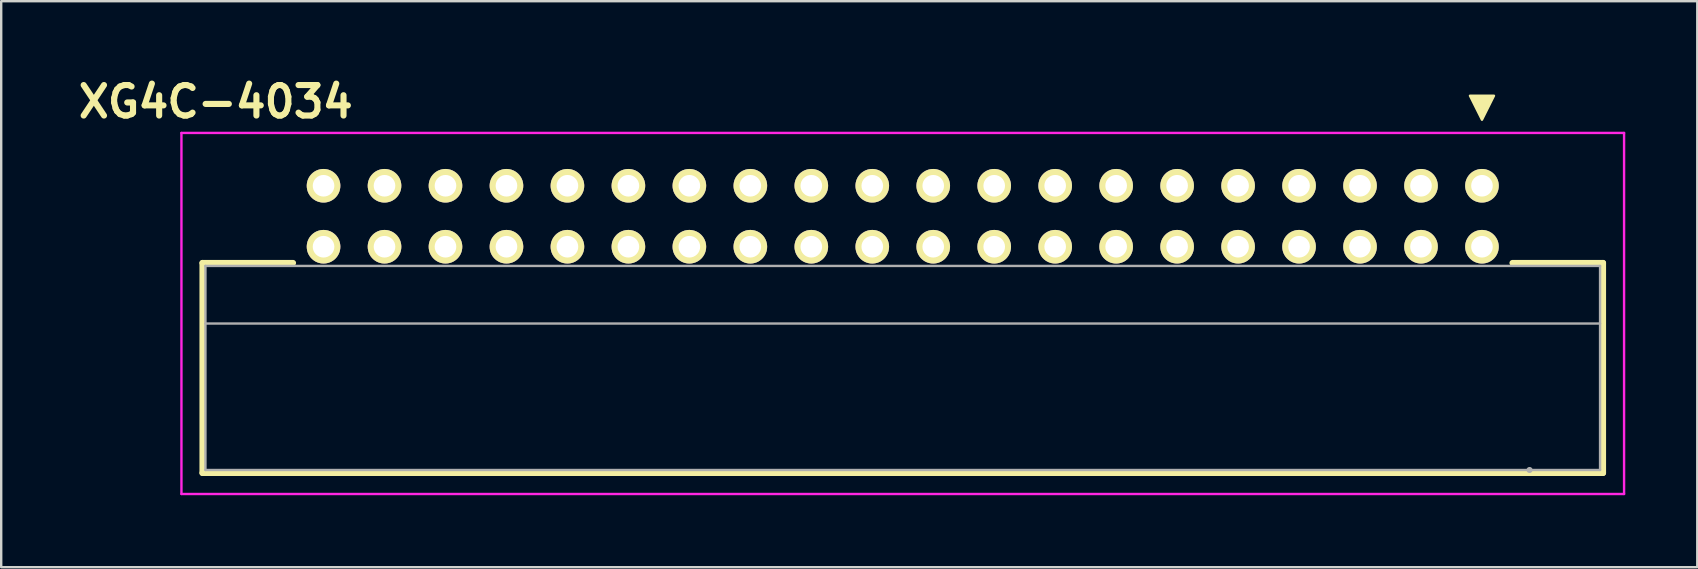
<source format=kicad_pcb>
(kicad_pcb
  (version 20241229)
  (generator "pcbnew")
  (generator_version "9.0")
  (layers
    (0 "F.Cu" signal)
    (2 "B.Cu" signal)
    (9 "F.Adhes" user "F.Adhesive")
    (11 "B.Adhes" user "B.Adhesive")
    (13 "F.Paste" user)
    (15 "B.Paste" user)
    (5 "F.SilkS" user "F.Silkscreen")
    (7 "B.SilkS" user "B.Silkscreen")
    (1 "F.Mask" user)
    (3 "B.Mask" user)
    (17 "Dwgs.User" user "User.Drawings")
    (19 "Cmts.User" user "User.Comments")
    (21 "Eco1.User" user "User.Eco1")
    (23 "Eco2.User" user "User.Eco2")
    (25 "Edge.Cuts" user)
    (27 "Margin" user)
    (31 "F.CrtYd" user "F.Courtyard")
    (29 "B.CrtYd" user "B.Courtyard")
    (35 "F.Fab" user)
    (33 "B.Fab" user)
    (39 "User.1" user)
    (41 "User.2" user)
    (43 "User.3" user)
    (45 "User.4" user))
  (footprint "XG4C-4034"
    (layer "F.Cu")
    (at 34.689 5.939)
    (property "Reference" "XG4C-4034" (at -28.75 -4.75 0) (layer "F.SilkS") (effects (font (size 1.27 1.27) (thickness 0.254))))
    (attr through_hole)
    (fp_line (start -29.305 1.965) (end -29.305 10.715) (stroke (width 0.25) (type solid)) (layer "F.SilkS"))
    (fp_line (start -29.305 10.715) (end 29.045 10.715) (stroke (width 0.25) (type solid)) (layer "F.SilkS"))
    (fp_line (start -25.53 1.965) (end -29.305 1.965) (stroke (width 0.25) (type solid)) (layer "F.SilkS"))
    (fp_line (start 29.045 1.965) (end 25.27 1.965) (stroke (width 0.25) (type solid)) (layer "F.SilkS"))
    (fp_line (start 29.045 10.715) (end 29.045 1.965) (stroke (width 0.25) (type solid)) (layer "F.SilkS"))
    (fp_poly (pts (xy 24 -4) (xy 24.5 -5) (xy 23.5 -5)) (stroke (width 0.1) (type solid)) (fill yes) (layer "F.SilkS"))
    (fp_line (start -30.18 -3.45) (end -30.18 11.59) (stroke (width 0.1) (type solid)) (layer "F.CrtYd"))
    (fp_line (start -30.18 11.59) (end 29.92 11.59) (stroke (width 0.1) (type solid)) (layer "F.CrtYd"))
    (fp_line (start 29.92 -3.45) (end -30.18 -3.45) (stroke (width 0.1) (type solid)) (layer "F.CrtYd"))
    (fp_line (start 29.92 11.59) (end 29.92 -3.45) (stroke (width 0.1) (type solid)) (layer "F.CrtYd"))
    (fp_line (start -29.18 2.09) (end -29.18 10.59) (stroke (width 0.1) (type solid)) (layer "F.Fab"))
    (fp_line (start -29.18 10.59) (end 28.92 10.59) (stroke (width 0.1) (type solid)) (layer "F.Fab"))
    (fp_line (start 25.985 10.59) (end 25.98 10.59) (stroke (width 0.25) (type solid)) (layer "F.Fab"))
    (fp_line (start 28.92 2.09) (end -29.18 2.09) (stroke (width 0.1) (type solid)) (layer "F.Fab"))
    (fp_line (start 28.92 4.49) (end -29.18 4.49) (stroke (width 0.1) (type solid)) (layer "F.Fab"))
    (fp_line (start 28.92 10.59) (end 28.92 2.09) (stroke (width 0.1) (type solid)) (layer "F.Fab"))
    (pad "1" thru_hole circle (at 24 -1.25 90) (size 1.4 1.4) (drill 0.9) (layers "*.Cu" "*.Mask" "F.SilkS"))
    (pad "2" thru_hole circle (at 24 1.29 90) (size 1.4 1.4) (drill 0.9) (layers "*.Cu" "*.Mask" "F.SilkS"))
    (pad "3" thru_hole circle (at 21.46 -1.25 90) (size 1.4 1.4) (drill 0.9) (layers "*.Cu" "*.Mask" "F.SilkS"))
    (pad "4" thru_hole circle (at 21.46 1.29 90) (size 1.4 1.4) (drill 0.9) (layers "*.Cu" "*.Mask" "F.SilkS"))
    (pad "5" thru_hole circle (at 18.92 -1.25 90) (size 1.4 1.4) (drill 0.9) (layers "*.Cu" "*.Mask" "F.SilkS"))
    (pad "6" thru_hole circle (at 18.92 1.29 90) (size 1.4 1.4) (drill 0.9) (layers "*.Cu" "*.Mask" "F.SilkS"))
    (pad "7" thru_hole circle (at 16.38 -1.25 90) (size 1.4 1.4) (drill 0.9) (layers "*.Cu" "*.Mask" "F.SilkS"))
    (pad "8" thru_hole circle (at 16.38 1.29 90) (size 1.4 1.4) (drill 0.9) (layers "*.Cu" "*.Mask" "F.SilkS"))
    (pad "9" thru_hole circle (at 13.84 -1.25 90) (size 1.4 1.4) (drill 0.9) (layers "*.Cu" "*.Mask" "F.SilkS"))
    (pad "10" thru_hole circle (at 13.84 1.29 90) (size 1.4 1.4) (drill 0.9) (layers "*.Cu" "*.Mask" "F.SilkS"))
    (pad "11" thru_hole circle (at 11.3 -1.25 90) (size 1.4 1.4) (drill 0.9) (layers "*.Cu" "*.Mask" "F.SilkS"))
    (pad "12" thru_hole circle (at 11.3 1.29 90) (size 1.4 1.4) (drill 0.9) (layers "*.Cu" "*.Mask" "F.SilkS"))
    (pad "13" thru_hole circle (at 8.76 -1.25 90) (size 1.4 1.4) (drill 0.9) (layers "*.Cu" "*.Mask" "F.SilkS"))
    (pad "14" thru_hole circle (at 8.76 1.29 90) (size 1.4 1.4) (drill 0.9) (layers "*.Cu" "*.Mask" "F.SilkS"))
    (pad "15" thru_hole circle (at 6.22 -1.25 90) (size 1.4 1.4) (drill 0.9) (layers "*.Cu" "*.Mask" "F.SilkS"))
    (pad "16" thru_hole circle (at 6.22 1.29 90) (size 1.4 1.4) (drill 0.9) (layers "*.Cu" "*.Mask" "F.SilkS"))
    (pad "17" thru_hole circle (at 3.68 -1.25 90) (size 1.4 1.4) (drill 0.9) (layers "*.Cu" "*.Mask" "F.SilkS"))
    (pad "18" thru_hole circle (at 3.68 1.29 90) (size 1.4 1.4) (drill 0.9) (layers "*.Cu" "*.Mask" "F.SilkS"))
    (pad "19" thru_hole circle (at 1.14 -1.25 90) (size 1.4 1.4) (drill 0.9) (layers "*.Cu" "*.Mask" "F.SilkS"))
    (pad "20" thru_hole circle (at 1.14 1.29 90) (size 1.4 1.4) (drill 0.9) (layers "*.Cu" "*.Mask" "F.SilkS"))
    (pad "21" thru_hole circle (at -1.4 -1.25 90) (size 1.4 1.4) (drill 0.9) (layers "*.Cu" "*.Mask" "F.SilkS"))
    (pad "22" thru_hole circle (at -1.4 1.29 90) (size 1.4 1.4) (drill 0.9) (layers "*.Cu" "*.Mask" "F.SilkS"))
    (pad "23" thru_hole circle (at -3.94 -1.25 90) (size 1.4 1.4) (drill 0.9) (layers "*.Cu" "*.Mask" "F.SilkS"))
    (pad "24" thru_hole circle (at -3.94 1.29 90) (size 1.4 1.4) (drill 0.9) (layers "*.Cu" "*.Mask" "F.SilkS"))
    (pad "25" thru_hole circle (at -6.48 -1.25 90) (size 1.4 1.4) (drill 0.9) (layers "*.Cu" "*.Mask" "F.SilkS"))
    (pad "26" thru_hole circle (at -6.48 1.29 90) (size 1.4 1.4) (drill 0.9) (layers "*.Cu" "*.Mask" "F.SilkS"))
    (pad "27" thru_hole circle (at -9.02 -1.25 90) (size 1.4 1.4) (drill 0.9) (layers "*.Cu" "*.Mask" "F.SilkS"))
    (pad "28" thru_hole circle (at -9.02 1.29 90) (size 1.4 1.4) (drill 0.9) (layers "*.Cu" "*.Mask" "F.SilkS"))
    (pad "29" thru_hole circle (at -11.56 -1.25 90) (size 1.4 1.4) (drill 0.9) (layers "*.Cu" "*.Mask" "F.SilkS"))
    (pad "30" thru_hole circle (at -11.56 1.29 90) (size 1.4 1.4) (drill 0.9) (layers "*.Cu" "*.Mask" "F.SilkS"))
    (pad "31" thru_hole circle (at -14.1 -1.25 90) (size 1.4 1.4) (drill 0.9) (layers "*.Cu" "*.Mask" "F.SilkS"))
    (pad "32" thru_hole circle (at -14.1 1.29 90) (size 1.4 1.4) (drill 0.9) (layers "*.Cu" "*.Mask" "F.SilkS"))
    (pad "33" thru_hole circle (at -16.64 -1.25 90) (size 1.4 1.4) (drill 0.9) (layers "*.Cu" "*.Mask" "F.SilkS"))
    (pad "34" thru_hole circle (at -16.64 1.29 90) (size 1.4 1.4) (drill 0.9) (layers "*.Cu" "*.Mask" "F.SilkS"))
    (pad "35" thru_hole circle (at -19.18 -1.25 90) (size 1.4 1.4) (drill 0.9) (layers "*.Cu" "*.Mask" "F.SilkS"))
    (pad "36" thru_hole circle (at -19.18 1.29 90) (size 1.4 1.4) (drill 0.9) (layers "*.Cu" "*.Mask" "F.SilkS"))
    (pad "37" thru_hole circle (at -21.72 -1.25 90) (size 1.4 1.4) (drill 0.9) (layers "*.Cu" "*.Mask" "F.SilkS"))
    (pad "38" thru_hole circle (at -21.72 1.29 90) (size 1.4 1.4) (drill 0.9) (layers "*.Cu" "*.Mask" "F.SilkS"))
    (pad "39" thru_hole circle (at -24.26 -1.25 90) (size 1.4 1.4) (drill 0.9) (layers "*.Cu" "*.Mask" "F.SilkS"))
    (pad "40" thru_hole circle (at -24.26 1.29 90) (size 1.4 1.4) (drill 0.9) (layers "*.Cu" "*.Mask" "F.SilkS")))
  (gr_rect
    (start -3 -3)
    (end 67.659 20.579)
    (stroke (width 0.1) (type default))
    (fill no)
    (layer "Edge.Cuts")))
</source>
